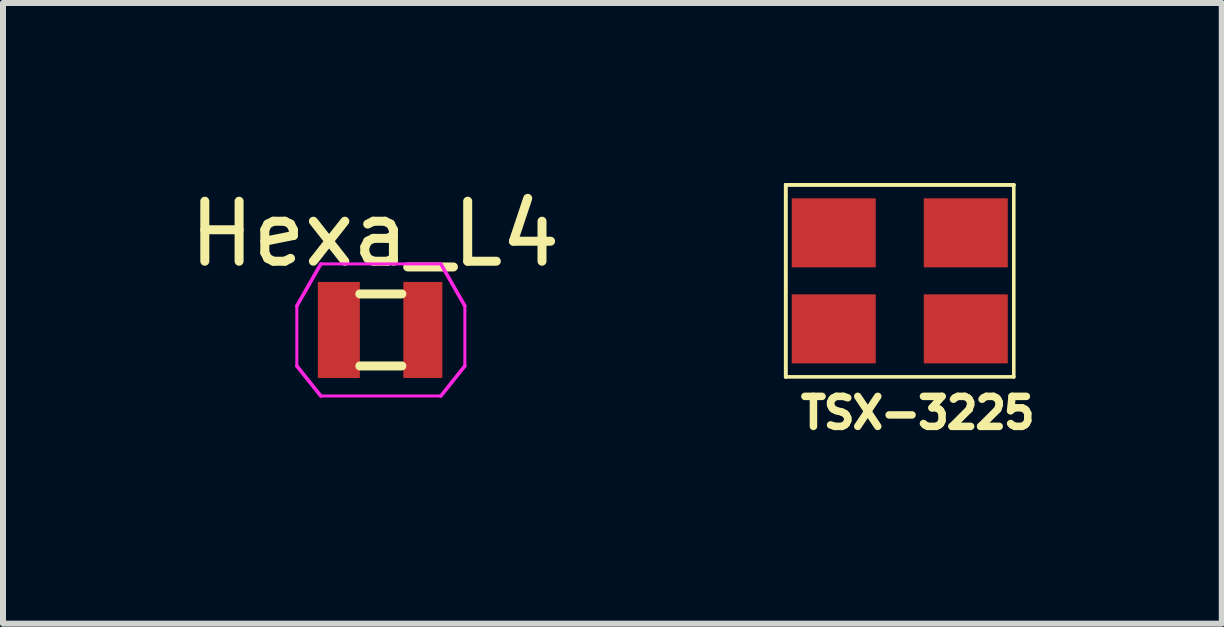
<source format=kicad_pcb>
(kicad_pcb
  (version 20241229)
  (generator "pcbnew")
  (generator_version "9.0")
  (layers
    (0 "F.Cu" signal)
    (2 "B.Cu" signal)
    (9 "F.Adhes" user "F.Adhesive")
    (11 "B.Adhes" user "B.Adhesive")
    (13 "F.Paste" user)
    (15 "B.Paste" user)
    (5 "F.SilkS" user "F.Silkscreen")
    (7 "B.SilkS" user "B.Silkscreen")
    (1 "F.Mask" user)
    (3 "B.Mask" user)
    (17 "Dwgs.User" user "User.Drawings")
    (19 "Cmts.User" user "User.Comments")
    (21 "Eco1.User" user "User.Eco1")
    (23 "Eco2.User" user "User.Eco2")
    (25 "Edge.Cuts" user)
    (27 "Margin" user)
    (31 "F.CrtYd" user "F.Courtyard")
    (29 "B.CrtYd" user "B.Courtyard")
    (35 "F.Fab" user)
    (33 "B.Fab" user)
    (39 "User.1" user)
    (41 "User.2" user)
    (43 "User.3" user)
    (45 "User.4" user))
  (footprint "Hexa_L4"
    (layer "F.Cu")
    (at 3.296 2.448)
    (property "Reference" "Hexa_L4" (at -0.1 -1.6 0) (layer "F.SilkS") (effects (font (size 1 1) (thickness 0.15))))
    (attr smd)
    (fp_line (start -0.35 -0.6) (end 0.35 -0.6) (stroke (width 0.15) (type solid)) (layer "F.SilkS"))
    (fp_line (start 0.35 0.6) (end -0.35 0.6) (stroke (width 0.15) (type solid)) (layer "F.SilkS"))
    (fp_line (start -1.4 -0.4) (end -1.4 0.6) (stroke (width 0.05) (type solid)) (layer "F.CrtYd"))
    (fp_line (start -1.4 0.6) (end -1 1.1) (stroke (width 0.06) (type solid)) (layer "F.CrtYd"))
    (fp_line (start -1 -1.1) (end -1.4 -0.4) (stroke (width 0.06) (type solid)) (layer "F.CrtYd"))
    (fp_line (start -1 -1.1) (end 1 -1.1) (stroke (width 0.05) (type solid)) (layer "F.CrtYd"))
    (fp_line (start -1 1.1) (end 1 1.1) (stroke (width 0.05) (type solid)) (layer "F.CrtYd"))
    (fp_line (start 1 1.1) (end 1.4 0.6) (stroke (width 0.06) (type solid)) (layer "F.CrtYd"))
    (fp_line (start 1.4 -0.4) (end 1 -1.1) (stroke (width 0.06) (type solid)) (layer "F.CrtYd"))
    (fp_line (start 1.4 -0.4) (end 1.4 0.6) (stroke (width 0.05) (type solid)) (layer "F.CrtYd"))
    (pad "1" smd rect (at -0.7 0) (size 0.7 1.6) (layers "F.Cu" "F.Mask" "F.Paste"))
    (pad "2" smd rect (at 0.7 0) (size 0.65 1.6) (layers "F.Cu" "F.Mask" "F.Paste")))
  (footprint "TSX-3225"
    (layer "F.Cu")
    (at 9.643 3.83)
    (property "Reference" "TSX-3225" (at 2.6 0 0) (layer "F.SilkS") (effects (font (size 0.5 0.5) (thickness 0.125))))
    (attr through_hole)
    (fp_line (start 0.4 -3.8) (end 0.4 -0.6) (stroke (width 0.06) (type solid)) (layer "F.SilkS"))
    (fp_line (start 0.4 -3.8) (end 0.4 -0.6) (stroke (width 0.06) (type solid)) (layer "F.SilkS"))
    (fp_line (start 0.4 -3.8) (end 4.2 -3.8) (stroke (width 0.06) (type solid)) (layer "F.SilkS"))
    (fp_line (start 0.4 -0.6) (end 4.2 -0.6) (stroke (width 0.06) (type solid)) (layer "F.SilkS"))
    (fp_line (start 4.2 -3.8) (end 0.4 -3.8) (stroke (width 0.06) (type solid)) (layer "F.SilkS"))
    (fp_line (start 4.2 -0.6) (end 4.2 -3.8) (stroke (width 0.06) (type solid)) (layer "F.SilkS"))
    (pad "1" smd rect (at 1.2 -1.4) (size 1.4 1.15) (layers "F.Cu" "F.Mask" "F.Paste"))
    (pad "2" smd rect (at 3.4 -1.4) (size 1.4 1.15) (layers "F.Cu" "F.Mask" "F.Paste"))
    (pad "3" smd rect (at 3.4 -3) (size 1.4 1.15) (layers "F.Cu" "F.Mask" "F.Paste"))
    (pad "4" smd rect (at 1.2 -3) (size 1.4 1.15) (layers "F.Cu" "F.Mask" "F.Paste")))
  (gr_rect
    (start -3 -3)
    (end 17.309 7.342)
    (stroke (width 0.1) (type default))
    (fill no)
    (layer "Edge.Cuts")))
</source>
